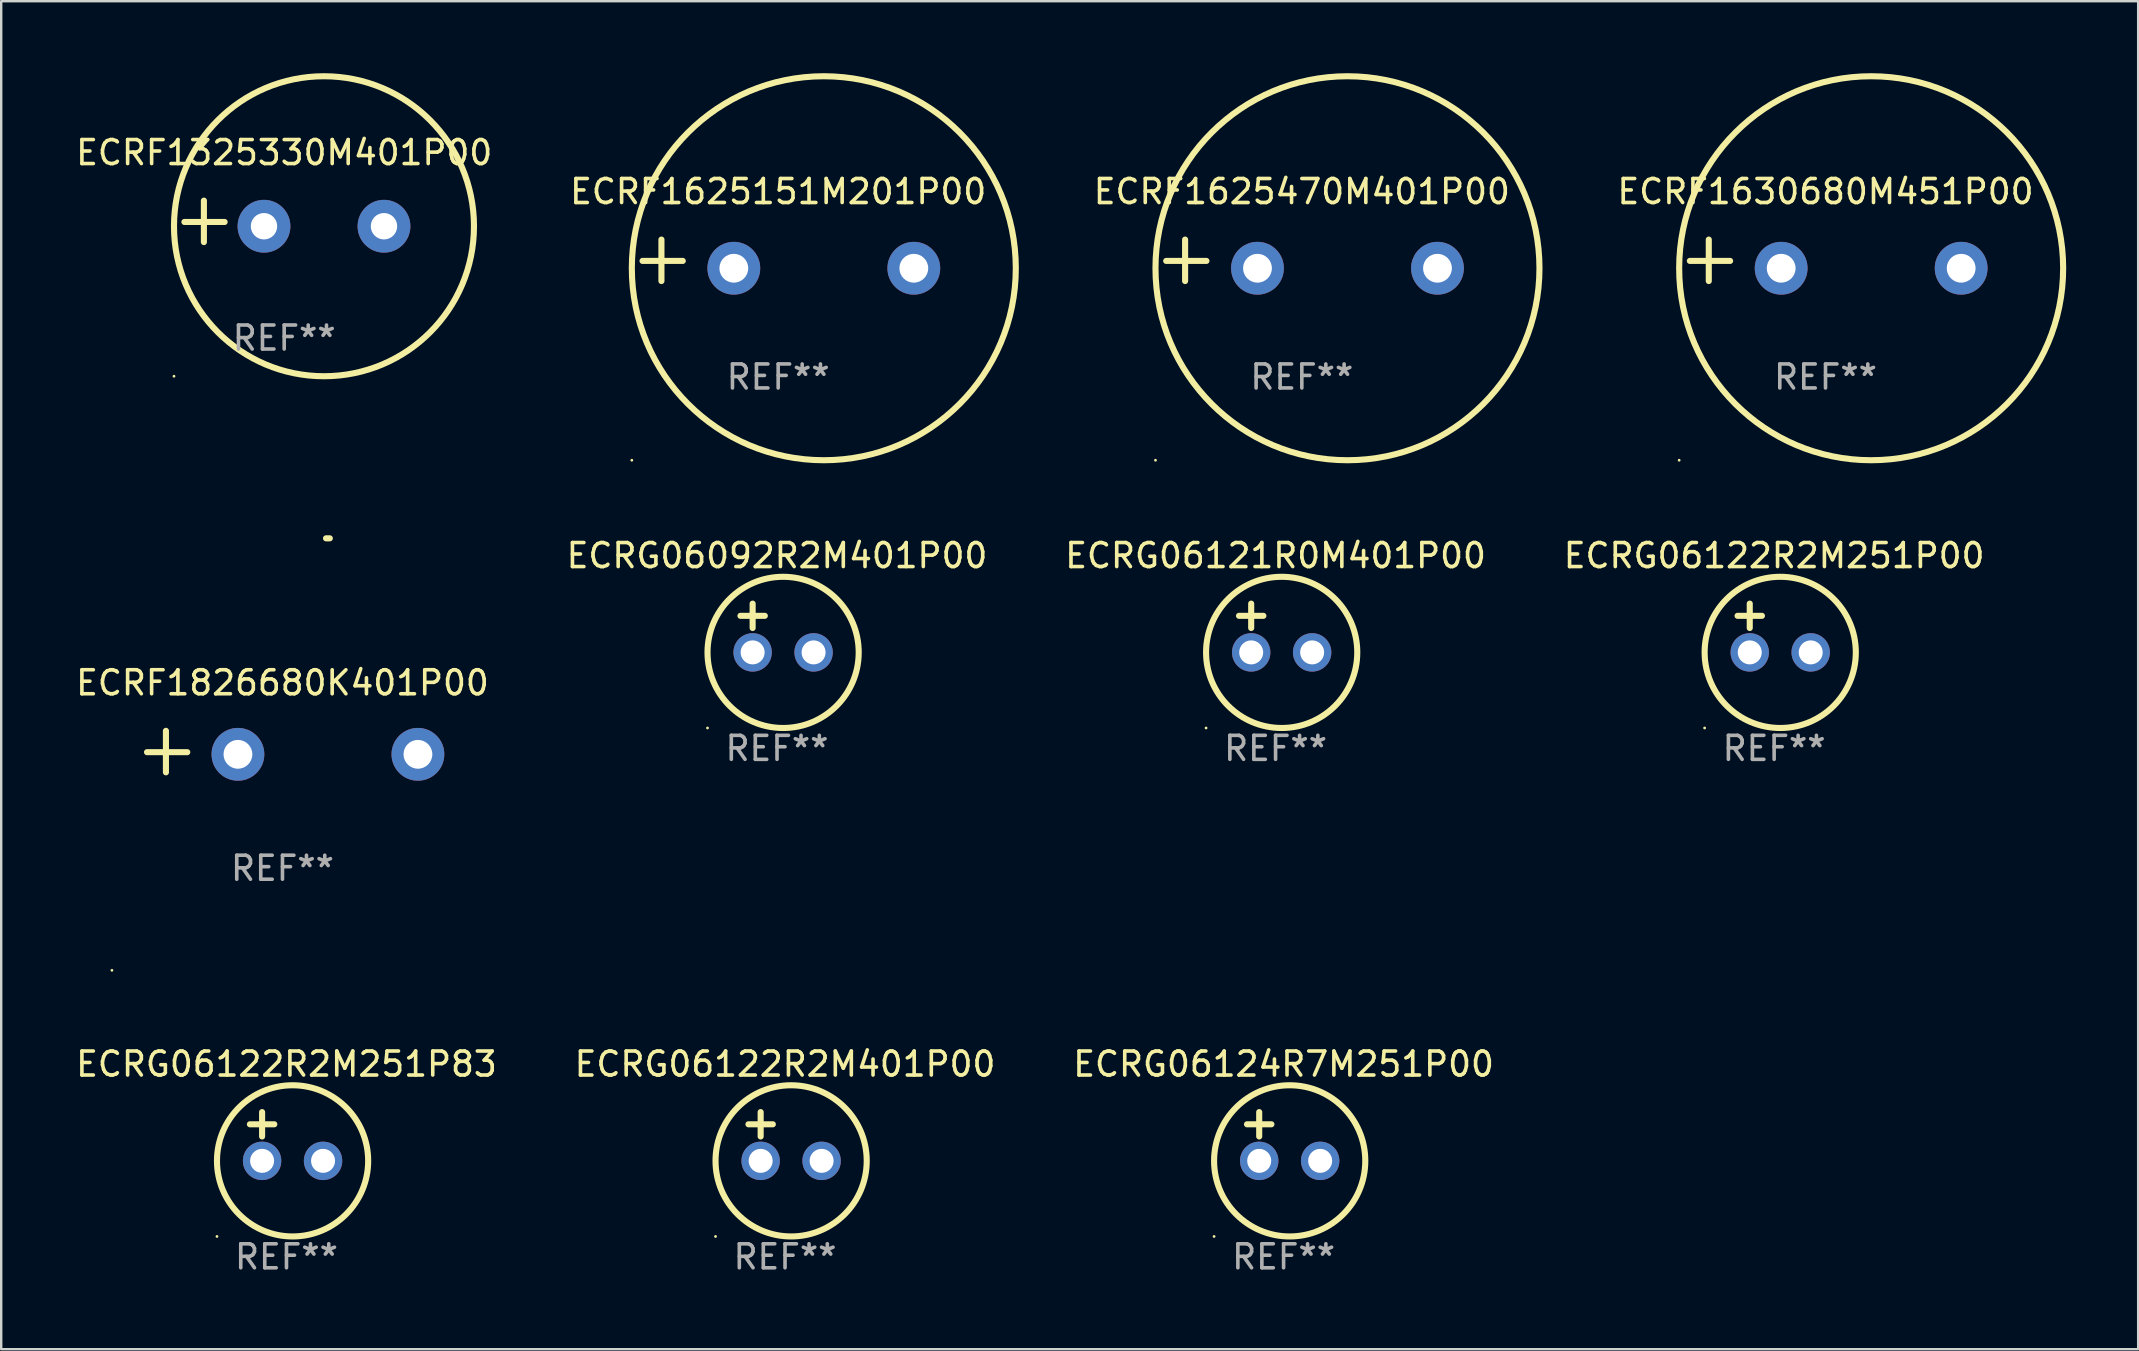
<source format=kicad_pcb>
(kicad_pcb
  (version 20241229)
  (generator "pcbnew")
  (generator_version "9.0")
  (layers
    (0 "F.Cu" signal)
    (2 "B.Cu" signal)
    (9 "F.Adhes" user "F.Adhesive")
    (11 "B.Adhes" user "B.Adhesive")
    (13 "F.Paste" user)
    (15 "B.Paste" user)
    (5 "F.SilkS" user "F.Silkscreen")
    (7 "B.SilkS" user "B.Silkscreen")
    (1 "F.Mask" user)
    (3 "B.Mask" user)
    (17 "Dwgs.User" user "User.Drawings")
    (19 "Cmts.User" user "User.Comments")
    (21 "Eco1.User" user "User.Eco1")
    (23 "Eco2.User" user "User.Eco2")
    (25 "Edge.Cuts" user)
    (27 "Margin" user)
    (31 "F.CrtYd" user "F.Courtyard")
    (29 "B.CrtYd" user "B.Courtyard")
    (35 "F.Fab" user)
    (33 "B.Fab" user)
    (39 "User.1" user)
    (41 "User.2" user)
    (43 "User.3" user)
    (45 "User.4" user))
  (footprint "ECRG06122R2M401P00"
    (layer "F.Cu")
    (at 29.661 44.305)
    (property "Reference" "ECRG06122R2M401P00" (at 0 -3.016 0) (layer "F.SilkS") (effects (font (size 1 1) (thickness 0.15))))
    (attr through_hole)
    (fp_line (start -1.524 -0.508) (end -0.508 -0.508) (stroke (width 0.254) (type solid)) (layer "F.SilkS"))
    (fp_line (start -1.016 -1.016) (end -1.016 0) (stroke (width 0.254) (type solid)) (layer "F.SilkS"))
    (fp_circle (center -2.896 4.166) (end -2.866 4.166) (stroke (width 0.06) (type solid)) (fill no) (layer "F.SilkS"))
    (fp_circle (center 0.254 1.016) (end 3.404 1.016) (stroke (width 0.254) (type solid)) (fill no) (layer "F.SilkS"))
    (fp_text user "REF**" (at 0 5.016 0) (layer "F.Fab") (effects (font (size 1 1) (thickness 0.15))))
    (pad "1" thru_hole circle (at -1.016 1.016) (size 1.6 1.6) (drill 1) (layers "*.Cu" "*.Mask"))
    (pad "2" thru_hole circle (at 1.524 1.016) (size 1.6 1.6) (drill 1) (layers "*.Cu" "*.Mask")))
  (footprint "ECRF1826680K401P00"
    (layer "F.Cu")
    (at 8.72 28.267)
    (property "Reference" "ECRF1826680K401P00" (at 0 -2.864 0) (layer "F.SilkS") (effects (font (size 1 1) (thickness 0.15))))
    (attr through_hole)
    (fp_line (start -4.856 0.864) (end -4.856 -0.864) (stroke (width 0.254) (type solid)) (layer "F.SilkS"))
    (fp_line (start -3.967 0.025) (end -5.644 0.025) (stroke (width 0.254) (type solid)) (layer "F.SilkS"))
    (fp_arc (start 1.815024 -8.885649) (mid 1.893764 -8.88599) (end 1.972504 -8.885649) (stroke (width 0.254001) (type solid)) (layer "F.SilkS"))
    (fp_circle (center -7.106 9.114) (end -7.076 9.114) (stroke (width 0.06) (type solid)) (fill no) (layer "F.SilkS"))
    (fp_text user "REF**" (at 0 4.864 0) (layer "F.Fab") (effects (font (size 1 1) (thickness 0.15))))
    (pad "1" thru_hole circle (at -1.856 0.114) (size 2.2 2.2) (drill 1.2) (layers "*.Cu" "*.Mask"))
    (pad "2" thru_hole circle (at 5.644 0.114) (size 2.2 2.2) (drill 1.2) (layers "*.Cu" "*.Mask")))
  (footprint "ECRG06124R7M251P00"
    (layer "F.Cu")
    (at 50.435 44.305)
    (property "Reference" "ECRG06124R7M251P00" (at 0 -3.016 0) (layer "F.SilkS") (effects (font (size 1 1) (thickness 0.15))))
    (attr through_hole)
    (fp_line (start -1.524 -0.508) (end -0.508 -0.508) (stroke (width 0.254) (type solid)) (layer "F.SilkS"))
    (fp_line (start -1.016 -1.016) (end -1.016 0) (stroke (width 0.254) (type solid)) (layer "F.SilkS"))
    (fp_circle (center -2.896 4.166) (end -2.866 4.166) (stroke (width 0.06) (type solid)) (fill no) (layer "F.SilkS"))
    (fp_circle (center 0.254 1.016) (end 3.404 1.016) (stroke (width 0.254) (type solid)) (fill no) (layer "F.SilkS"))
    (fp_text user "REF**" (at 0 5.016 0) (layer "F.Fab") (effects (font (size 1 1) (thickness 0.15))))
    (pad "1" thru_hole circle (at -1.016 1.016) (size 1.6 1.6) (drill 1) (layers "*.Cu" "*.Mask"))
    (pad "2" thru_hole circle (at 1.524 1.016) (size 1.6 1.6) (drill 1) (layers "*.Cu" "*.Mask")))
  (footprint "ECRF1625470M401P00"
    (layer "F.Cu")
    (at 51.195 7.797)
    (property "Reference" "ECRF1625470M401P00" (at 0 -2.864 0) (layer "F.SilkS") (effects (font (size 1 1) (thickness 0.15))))
    (attr through_hole)
    (fp_line (start -4.864 0.864) (end -4.864 -0.864) (stroke (width 0.254) (type solid)) (layer "F.SilkS"))
    (fp_line (start -3.975 0.025) (end -5.652 0.025) (stroke (width 0.254) (type solid)) (layer "F.SilkS"))
    (fp_circle (center -6.098 8.33) (end -6.068 8.33) (stroke (width 0.06) (type solid)) (fill no) (layer "F.SilkS"))
    (fp_circle (center 1.902 0.33) (end 9.902 0.33) (stroke (width 0.254) (type solid)) (fill no) (layer "F.SilkS"))
    (fp_text user "REF**" (at 0 4.864 0) (layer "F.Fab") (effects (font (size 1 1) (thickness 0.15))))
    (pad "1" thru_hole circle (at -1.848 0.33) (size 2.2 2.2) (drill 1.2) (layers "*.Cu" "*.Mask"))
    (pad "2" thru_hole circle (at 5.652 0.33) (size 2.2 2.2) (drill 1.2) (layers "*.Cu" "*.Mask")))
  (footprint "ECRG06121R0M401P00"
    (layer "F.Cu")
    (at 50.101 23.118)
    (property "Reference" "ECRG06121R0M401P00" (at 0 -3.016 0) (layer "F.SilkS") (effects (font (size 1 1) (thickness 0.15))))
    (attr through_hole)
    (fp_line (start -1.524 -0.508) (end -0.508 -0.508) (stroke (width 0.254) (type solid)) (layer "F.SilkS"))
    (fp_line (start -1.016 -1.016) (end -1.016 0) (stroke (width 0.254) (type solid)) (layer "F.SilkS"))
    (fp_circle (center -2.896 4.166) (end -2.866 4.166) (stroke (width 0.06) (type solid)) (fill no) (layer "F.SilkS"))
    (fp_circle (center 0.254 1.016) (end 3.404 1.016) (stroke (width 0.254) (type solid)) (fill no) (layer "F.SilkS"))
    (fp_text user "REF**" (at 0 5.016 0) (layer "F.Fab") (effects (font (size 1 1) (thickness 0.15))))
    (pad "1" thru_hole circle (at -1.016 1.016) (size 1.6 1.6) (drill 1) (layers "*.Cu" "*.Mask"))
    (pad "2" thru_hole circle (at 1.524 1.016) (size 1.6 1.6) (drill 1) (layers "*.Cu" "*.Mask")))
  (footprint "ECRF1325330M401P00"
    (layer "F.Cu")
    (at 8.792 6.174)
    (property "Reference" "ECRF1325330M401P00" (at 0 -2.864 0) (layer "F.SilkS") (effects (font (size 1 1) (thickness 0.15))))
    (attr through_hole)
    (fp_line (start -3.346 0.864) (end -3.346 -0.864) (stroke (width 0.254) (type solid)) (layer "F.SilkS"))
    (fp_line (start -2.482 0.025) (end -4.158 0.025) (stroke (width 0.254) (type solid)) (layer "F.SilkS"))
    (fp_circle (center -4.592 6.453) (end -4.562 6.453) (stroke (width 0.06) (type solid)) (fill no) (layer "F.SilkS"))
    (fp_circle (center 1.658 0.203) (end 7.908 0.203) (stroke (width 0.254) (type solid)) (fill no) (layer "F.SilkS"))
    (fp_text user "REF**" (at 0 4.864 0) (layer "F.Fab") (effects (font (size 1 1) (thickness 0.15))))
    (pad "1" thru_hole circle (at -0.842 0.203) (size 2.2 2.2) (drill 1.1) (layers "*.Cu" "*.Mask"))
    (pad "2" thru_hole circle (at 4.158 0.203) (size 2.2 2.2) (drill 1.1) (layers "*.Cu" "*.Mask")))
  (footprint "ECRF1625151M201P00"
    (layer "F.Cu")
    (at 29.375 7.797)
    (property "Reference" "ECRF1625151M201P00" (at 0 -2.864 0) (layer "F.SilkS") (effects (font (size 1 1) (thickness 0.15))))
    (attr through_hole)
    (fp_line (start -4.864 0.864) (end -4.864 -0.864) (stroke (width 0.254) (type solid)) (layer "F.SilkS"))
    (fp_line (start -3.975 0.025) (end -5.652 0.025) (stroke (width 0.254) (type solid)) (layer "F.SilkS"))
    (fp_circle (center -6.098 8.33) (end -6.068 8.33) (stroke (width 0.06) (type solid)) (fill no) (layer "F.SilkS"))
    (fp_circle (center 1.902 0.33) (end 9.902 0.33) (stroke (width 0.254) (type solid)) (fill no) (layer "F.SilkS"))
    (fp_text user "REF**" (at 0 4.864 0) (layer "F.Fab") (effects (font (size 1 1) (thickness 0.15))))
    (pad "1" thru_hole circle (at -1.848 0.33) (size 2.2 2.2) (drill 1.2) (layers "*.Cu" "*.Mask"))
    (pad "2" thru_hole circle (at 5.652 0.33) (size 2.2 2.2) (drill 1.2) (layers "*.Cu" "*.Mask")))
  (footprint "ECRG06092R2M401P00"
    (layer "F.Cu")
    (at 29.327 23.118)
    (property "Reference" "ECRG06092R2M401P00" (at 0 -3.016 0) (layer "F.SilkS") (effects (font (size 1 1) (thickness 0.15))))
    (attr through_hole)
    (fp_line (start -1.524 -0.508) (end -0.508 -0.508) (stroke (width 0.254) (type solid)) (layer "F.SilkS"))
    (fp_line (start -1.016 -1.016) (end -1.016 0) (stroke (width 0.254) (type solid)) (layer "F.SilkS"))
    (fp_circle (center -2.896 4.166) (end -2.866 4.166) (stroke (width 0.06) (type solid)) (fill no) (layer "F.SilkS"))
    (fp_circle (center 0.254 1.016) (end 3.404 1.016) (stroke (width 0.254) (type solid)) (fill no) (layer "F.SilkS"))
    (fp_text user "REF**" (at 0 5.016 0) (layer "F.Fab") (effects (font (size 1 1) (thickness 0.15))))
    (pad "1" thru_hole circle (at -1.016 1.016) (size 1.6 1.6) (drill 1) (layers "*.Cu" "*.Mask"))
    (pad "2" thru_hole circle (at 1.524 1.016) (size 1.6 1.6) (drill 1) (layers "*.Cu" "*.Mask")))
  (footprint "ECRF1630680M451P00"
    (layer "F.Cu")
    (at 73.016 7.797)
    (property "Reference" "ECRF1630680M451P00" (at 0 -2.864 0) (layer "F.SilkS") (effects (font (size 1 1) (thickness 0.15))))
    (attr through_hole)
    (fp_line (start -4.864 0.864) (end -4.864 -0.864) (stroke (width 0.254) (type solid)) (layer "F.SilkS"))
    (fp_line (start -3.975 0.025) (end -5.652 0.025) (stroke (width 0.254) (type solid)) (layer "F.SilkS"))
    (fp_circle (center -6.098 8.33) (end -6.068 8.33) (stroke (width 0.06) (type solid)) (fill no) (layer "F.SilkS"))
    (fp_circle (center 1.902 0.33) (end 9.902 0.33) (stroke (width 0.254) (type solid)) (fill no) (layer "F.SilkS"))
    (fp_text user "REF**" (at 0 4.864 0) (layer "F.Fab") (effects (font (size 1 1) (thickness 0.15))))
    (pad "1" thru_hole circle (at -1.848 0.33) (size 2.2 2.2) (drill 1.2) (layers "*.Cu" "*.Mask"))
    (pad "2" thru_hole circle (at 5.652 0.33) (size 2.2 2.2) (drill 1.2) (layers "*.Cu" "*.Mask")))
  (footprint "ECRG06122R2M251P83"
    (layer "F.Cu")
    (at 8.887 44.305)
    (property "Reference" "ECRG06122R2M251P83" (at 0 -3.016 0) (layer "F.SilkS") (effects (font (size 1 1) (thickness 0.15))))
    (attr through_hole)
    (fp_line (start -1.524 -0.508) (end -0.508 -0.508) (stroke (width 0.254) (type solid)) (layer "F.SilkS"))
    (fp_line (start -1.016 -1.016) (end -1.016 0) (stroke (width 0.254) (type solid)) (layer "F.SilkS"))
    (fp_circle (center -2.896 4.166) (end -2.866 4.166) (stroke (width 0.06) (type solid)) (fill no) (layer "F.SilkS"))
    (fp_circle (center 0.254 1.016) (end 3.404 1.016) (stroke (width 0.254) (type solid)) (fill no) (layer "F.SilkS"))
    (fp_text user "REF**" (at 0 5.016 0) (layer "F.Fab") (effects (font (size 1 1) (thickness 0.15))))
    (pad "1" thru_hole circle (at -1.016 1.016) (size 1.6 1.6) (drill 1) (layers "*.Cu" "*.Mask"))
    (pad "2" thru_hole circle (at 1.524 1.016) (size 1.6 1.6) (drill 1) (layers "*.Cu" "*.Mask")))
  (footprint "ECRG06122R2M251P00"
    (layer "F.Cu")
    (at 70.875 23.118)
    (property "Reference" "ECRG06122R2M251P00" (at 0 -3.016 0) (layer "F.SilkS") (effects (font (size 1 1) (thickness 0.15))))
    (attr through_hole)
    (fp_line (start -1.524 -0.508) (end -0.508 -0.508) (stroke (width 0.254) (type solid)) (layer "F.SilkS"))
    (fp_line (start -1.016 -1.016) (end -1.016 0) (stroke (width 0.254) (type solid)) (layer "F.SilkS"))
    (fp_circle (center -2.896 4.166) (end -2.866 4.166) (stroke (width 0.06) (type solid)) (fill no) (layer "F.SilkS"))
    (fp_circle (center 0.254 1.016) (end 3.404 1.016) (stroke (width 0.254) (type solid)) (fill no) (layer "F.SilkS"))
    (fp_text user "REF**" (at 0 5.016 0) (layer "F.Fab") (effects (font (size 1 1) (thickness 0.15))))
    (pad "1" thru_hole circle (at -1.016 1.016) (size 1.6 1.6) (drill 1) (layers "*.Cu" "*.Mask"))
    (pad "2" thru_hole circle (at 1.524 1.016) (size 1.6 1.6) (drill 1) (layers "*.Cu" "*.Mask")))
  (gr_rect
    (start -3 -3)
    (end 86.044 53.169)
    (stroke (width 0.1) (type default))
    (fill no)
    (layer "Edge.Cuts")))
</source>
